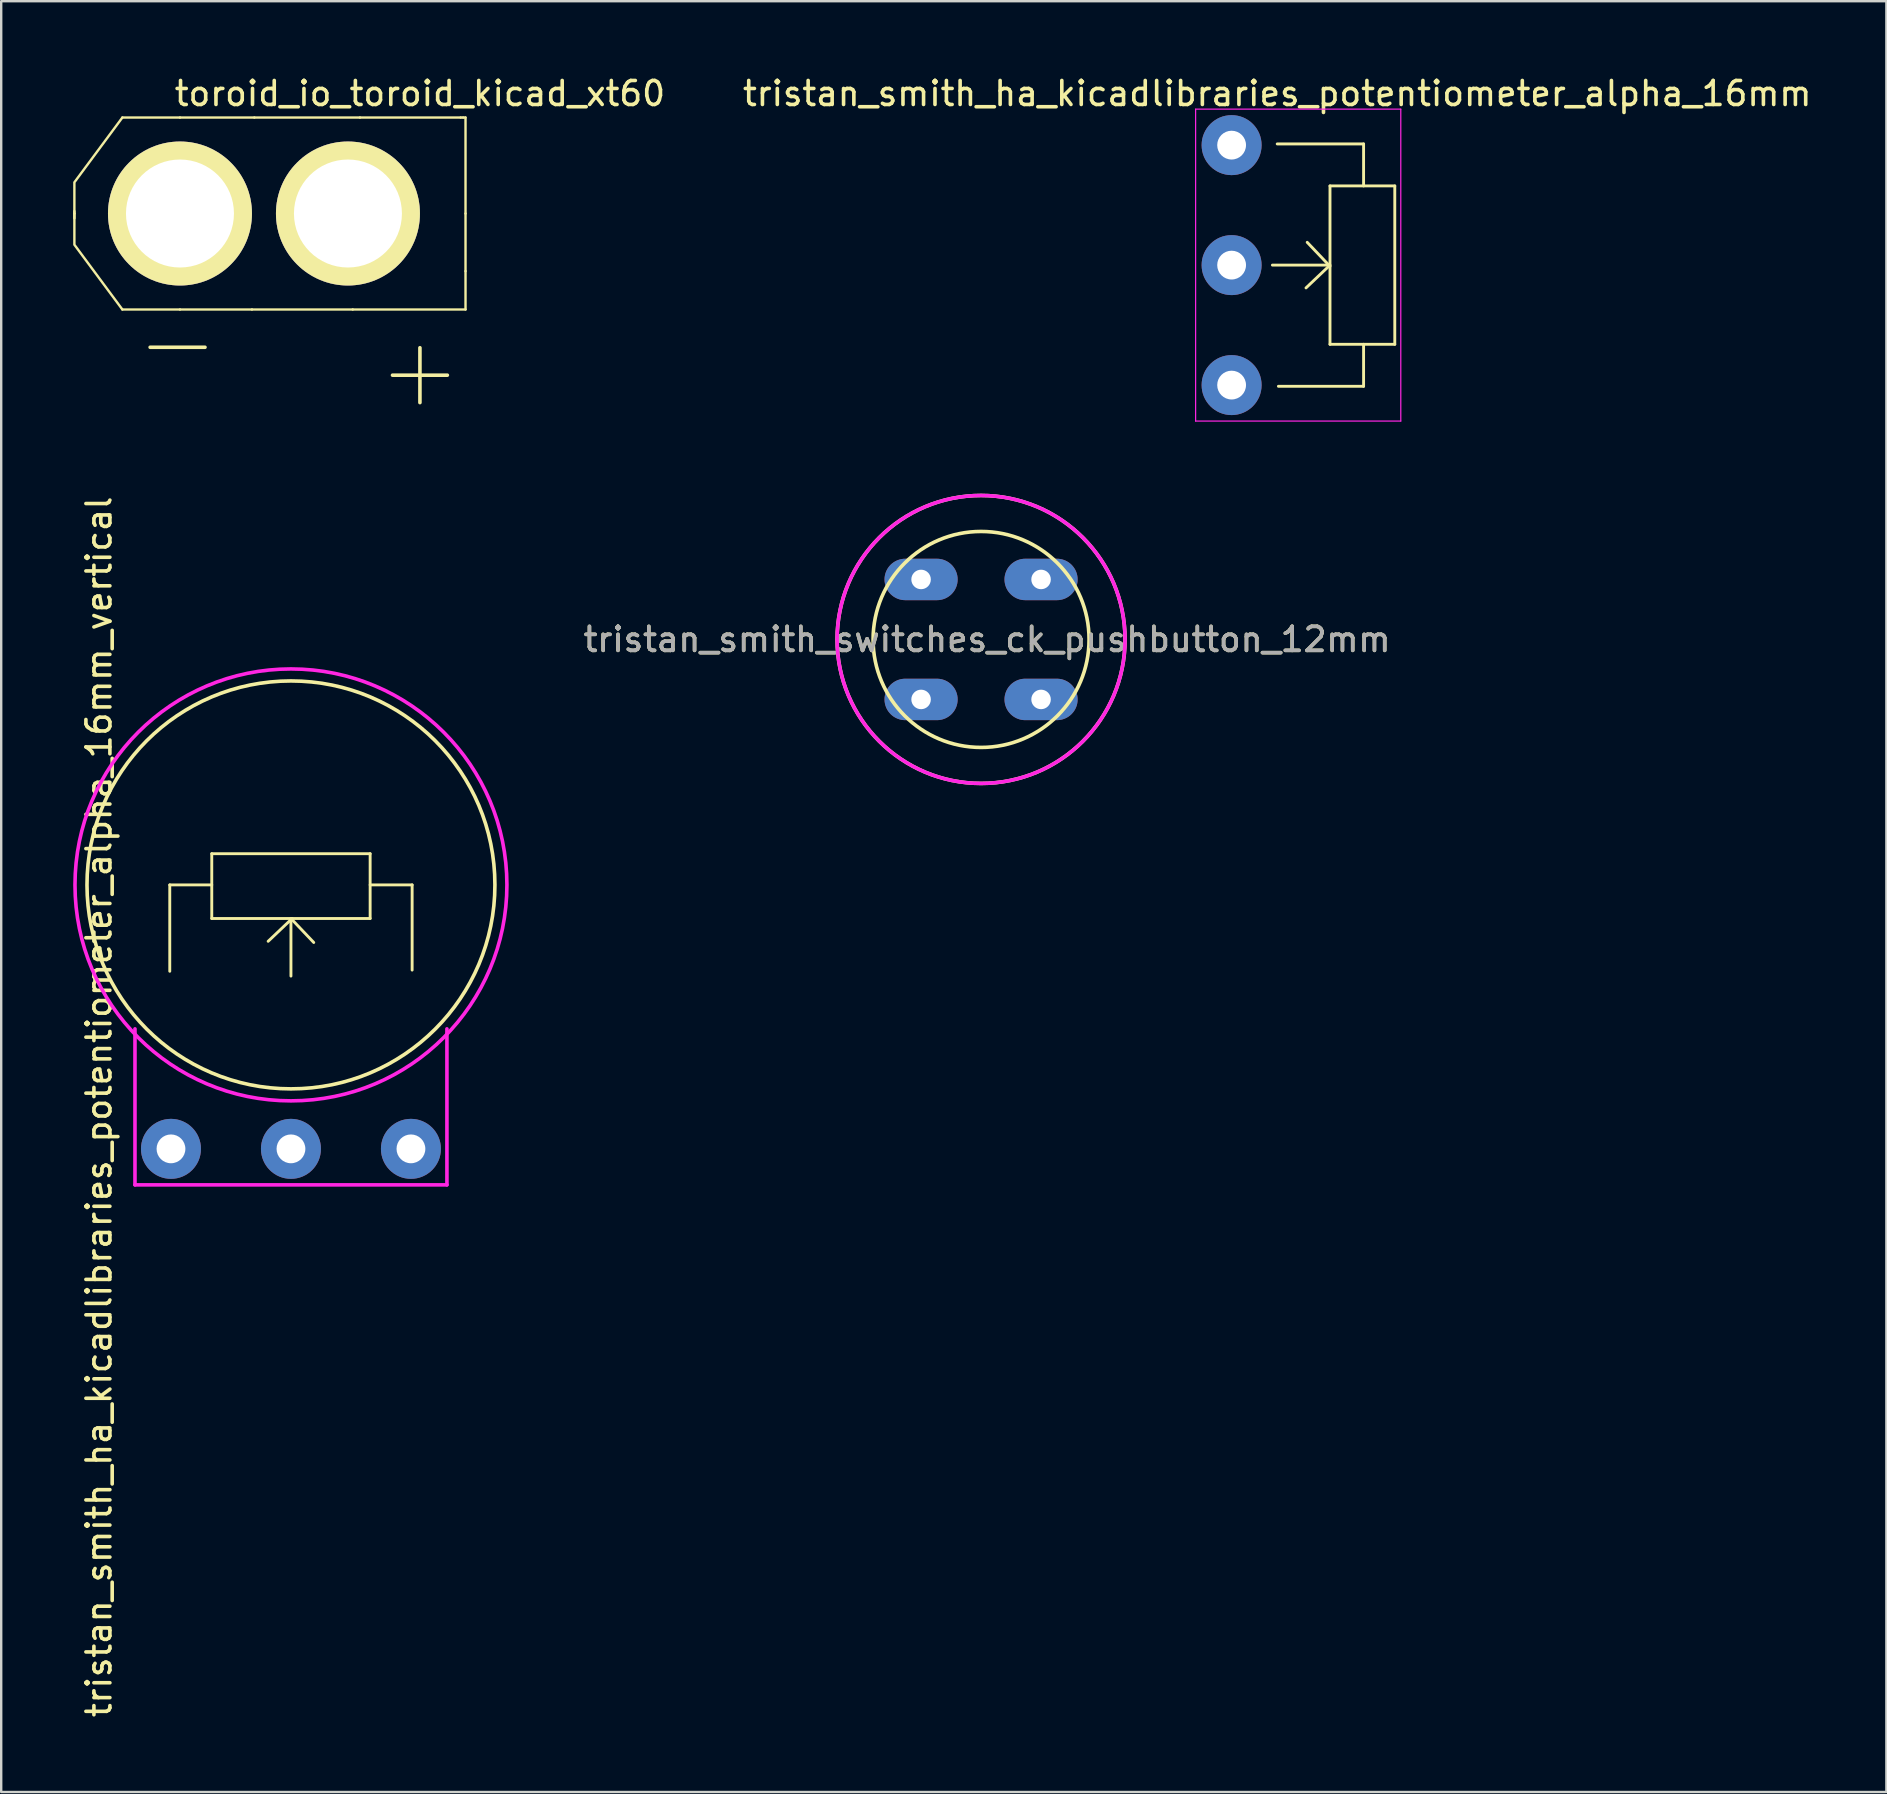
<source format=kicad_pcb>
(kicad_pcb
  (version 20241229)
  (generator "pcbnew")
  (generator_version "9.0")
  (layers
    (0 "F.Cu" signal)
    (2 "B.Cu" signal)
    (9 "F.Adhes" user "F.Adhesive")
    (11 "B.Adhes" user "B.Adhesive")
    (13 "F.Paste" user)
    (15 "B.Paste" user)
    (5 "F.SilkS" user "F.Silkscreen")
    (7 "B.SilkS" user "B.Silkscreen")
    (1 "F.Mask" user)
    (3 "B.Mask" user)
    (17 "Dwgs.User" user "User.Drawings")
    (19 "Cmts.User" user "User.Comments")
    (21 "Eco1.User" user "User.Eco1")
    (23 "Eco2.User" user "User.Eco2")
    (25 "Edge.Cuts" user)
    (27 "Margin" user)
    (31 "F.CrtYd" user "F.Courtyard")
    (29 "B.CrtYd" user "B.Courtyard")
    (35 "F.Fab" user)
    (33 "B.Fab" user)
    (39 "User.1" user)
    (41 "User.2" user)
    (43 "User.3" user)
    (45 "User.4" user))
  (footprint "tristan_smith_ha_kicadlibraries_potentiometer_alpha_16mm_vertical"
    (layer "F.Cu")
    (at 9.075 33.827)
    (property "Reference" "tristan_smith_ha_kicadlibraries_potentiometer_alpha_16mm_vertical" (at -8 9.25 90) (layer "F.SilkS") (effects (font (size 1 1) (thickness 0.15))))
    (attr through_hole)
    (fp_line (start -5.05 0) (end -5.05 3.6) (stroke (width 0.12) (type solid)) (layer "F.SilkS"))
    (fp_line (start -3.3 -1.3) (end 3.3 -1.3) (stroke (width 0.12) (type solid)) (layer "F.SilkS"))
    (fp_line (start -3.3 0) (end -5.05 0) (stroke (width 0.12) (type solid)) (layer "F.SilkS"))
    (fp_line (start -3.3 1.4) (end -3.3 -1.3) (stroke (width 0.12) (type solid)) (layer "F.SilkS"))
    (fp_line (start 0 1.4) (end 0.95 2.4) (stroke (width 0.12) (type solid)) (layer "F.SilkS"))
    (fp_line (start 0 1.45) (end 0 3.8) (stroke (width 0.12) (type solid)) (layer "F.SilkS"))
    (fp_line (start 0.05 1.4) (end -0.95 2.35) (stroke (width 0.12) (type solid)) (layer "F.SilkS"))
    (fp_line (start 3.3 -1.3) (end 3.3 1.4) (stroke (width 0.12) (type solid)) (layer "F.SilkS"))
    (fp_line (start 3.3 0) (end 5.05 0) (stroke (width 0.12) (type solid)) (layer "F.SilkS"))
    (fp_line (start 3.3 1.4) (end -3.3 1.4) (stroke (width 0.12) (type solid)) (layer "F.SilkS"))
    (fp_line (start 5.05 0) (end 5.05 3.55) (stroke (width 0.12) (type solid)) (layer "F.SilkS"))
    (fp_circle (center 0 0) (end -8.5 0) (stroke (width 0.15) (type solid)) (fill no) (layer "F.SilkS"))
    (fp_line (start -6.5 12.5) (end -6.5 6) (stroke (width 0.15) (type solid)) (layer "F.CrtYd"))
    (fp_line (start -6.5 12.5) (end 6.5 12.5) (stroke (width 0.05) (type solid)) (layer "F.CrtYd"))
    (fp_line (start -6.5 12.5) (end 6.5 12.5) (stroke (width 0.15) (type solid)) (layer "F.CrtYd"))
    (fp_line (start 6.5 12.5) (end 6.5 6) (stroke (width 0.15) (type solid)) (layer "F.CrtYd"))
    (fp_circle (center 0 0) (end -9 0) (stroke (width 0.15) (type solid)) (fill no) (layer "F.CrtYd"))
    (pad "1" thru_hole circle (at -5 11 90) (size 2.5 2.5) (drill 1.2) (layers "*.Cu" "*.Mask"))
    (pad "2" thru_hole circle (at 0 11 90) (size 2.5 2.5) (drill 1.2) (layers "*.Cu" "*.Mask"))
    (pad "3" thru_hole circle (at 5 11 90) (size 2.5 2.5) (drill 1.2) (layers "*.Cu" "*.Mask")))
  (footprint "tristan_smith_ha_kicadlibraries_potentiometer_alpha_16mm"
    (layer "F.Cu")
    (at 48.276 2.998)
    (property "Reference" "tristan_smith_ha_kicadlibraries_potentiometer_alpha_16mm" (at 1.9 -2.15 0) (layer "F.SilkS") (effects (font (size 1 1) (thickness 0.15))))
    (attr through_hole)
    (fp_line (start 4.05 5) (end 1.7 5) (stroke (width 0.12) (type solid)) (layer "F.SilkS"))
    (fp_line (start 4.1 1.7) (end 6.8 1.7) (stroke (width 0.12) (type solid)) (layer "F.SilkS"))
    (fp_line (start 4.1 5) (end 3.1 5.95) (stroke (width 0.12) (type solid)) (layer "F.SilkS"))
    (fp_line (start 4.1 5.05) (end 3.15 4.05) (stroke (width 0.12) (type solid)) (layer "F.SilkS"))
    (fp_line (start 4.1 8.3) (end 4.1 1.7) (stroke (width 0.12) (type solid)) (layer "F.SilkS"))
    (fp_line (start 5.5 -0.05) (end 1.9 -0.05) (stroke (width 0.12) (type solid)) (layer "F.SilkS"))
    (fp_line (start 5.5 1.7) (end 5.5 -0.05) (stroke (width 0.12) (type solid)) (layer "F.SilkS"))
    (fp_line (start 5.5 8.3) (end 5.5 10.05) (stroke (width 0.12) (type solid)) (layer "F.SilkS"))
    (fp_line (start 5.5 10.05) (end 1.95 10.05) (stroke (width 0.12) (type solid)) (layer "F.SilkS"))
    (fp_line (start 6.8 1.7) (end 6.8 8.3) (stroke (width 0.12) (type solid)) (layer "F.SilkS"))
    (fp_line (start 6.8 8.3) (end 4.1 8.3) (stroke (width 0.12) (type solid)) (layer "F.SilkS"))
    (fp_line (start -1.5 -1.5) (end -1.5 11.5) (stroke (width 0.05) (type solid)) (layer "F.CrtYd"))
    (fp_line (start -1.5 -1.5) (end 7.05 -1.5) (stroke (width 0.05) (type solid)) (layer "F.CrtYd"))
    (fp_line (start 7.05 11.5) (end -1.5 11.5) (stroke (width 0.05) (type solid)) (layer "F.CrtYd"))
    (fp_line (start 7.05 11.5) (end 7.05 -1.5) (stroke (width 0.05) (type solid)) (layer "F.CrtYd"))
    (pad "1" thru_hole circle (at 0 0) (size 2.5 2.5) (drill 1.2) (layers "*.Cu" "*.Mask"))
    (pad "2" thru_hole circle (at 0 5) (size 2.5 2.5) (drill 1.2) (layers "*.Cu" "*.Mask"))
    (pad "3" thru_hole circle (at 0 10) (size 2.5 2.5) (drill 1.2) (layers "*.Cu" "*.Mask")))
  (footprint "tristan_smith_switches_ck_pushbutton_12mm"
    (layer "F.Cu")
    (at 37.835 23.598)
    (property "Reference" "tristan_smith_switches_ck_pushbutton_12mm" (at 0.25 0 0) (layer "F.SilkS") (effects (font (size 1 1) (thickness 0.15))))
    (attr through_hole)
    (fp_circle (center 0 0) (end 0 -6) (stroke (width 0.15) (type solid)) (fill no) (layer "F.SilkS"))
    (fp_circle (center 0 0) (end 0 -4.5) (stroke (width 0.15) (type solid)) (fill no) (layer "F.SilkS"))
    (fp_circle (center 0 0) (end 0 -6) (stroke (width 0.15) (type solid)) (fill no) (layer "F.CrtYd"))
    (fp_text user "${REFERENCE}" (at 0.25 0 0) (layer "F.Fab") (effects (font (size 1 1) (thickness 0.15))))
    (pad "1" thru_hole oval (at -2.5 -2.5) (size 3.048 1.727) (drill 0.813) (layers "*.Cu" "*.Mask"))
    (pad "1" thru_hole oval (at 2.5 -2.5) (size 3.048 1.727) (drill 0.813) (layers "*.Cu" "*.Mask"))
    (pad "2" thru_hole oval (at -2.5 2.5) (size 3.048 1.727) (drill 0.813) (layers "*.Cu" "*.Mask"))
    (pad "2" thru_hole oval (at 2.5 2.5) (size 3.048 1.727) (drill 0.813) (layers "*.Cu" "*.Mask")))
  (footprint "toroid_io_toroid_kicad_xt60"
    (layer "F.Cu")
    (at 4.45 5.848)
    (property "Reference" "toroid_io_toroid_kicad_xt60" (at 10 -5 0) (layer "F.SilkS") (effects (font (size 1 1) (thickness 0.15))))
    (attr through_hole)
    (fp_line (start -4.4 -0.1) (end -4.4 0.2) (stroke (width 0.1) (type solid)) (layer "F.SilkS"))
    (fp_line (start -4.4 0) (end -4.4 -1.25) (stroke (width 0.1) (type solid)) (layer "F.SilkS"))
    (fp_line (start -4.4 0) (end -4.4 1.25) (stroke (width 0.1) (type solid)) (layer "F.SilkS"))
    (fp_line (start -2.4 -4) (end -4.4 -1.3) (stroke (width 0.1) (type solid)) (layer "F.SilkS"))
    (fp_line (start -2.4 4) (end -4.4 1.3) (stroke (width 0.1) (type solid)) (layer "F.SilkS"))
    (fp_line (start 0 -4) (end -2.4 -4) (stroke (width 0.1) (type solid)) (layer "F.SilkS"))
    (fp_line (start 0 4) (end -2.4 4) (stroke (width 0.1) (type solid)) (layer "F.SilkS"))
    (fp_line (start 3 4) (end 0 4) (stroke (width 0.1) (type solid)) (layer "F.SilkS"))
    (fp_line (start 3.1 -4) (end 0 -4) (stroke (width 0.1) (type solid)) (layer "F.SilkS"))
    (fp_line (start 7.2 4) (end 3 4) (stroke (width 0.1) (type solid)) (layer "F.SilkS"))
    (fp_line (start 7.2 4) (end 11.9 4) (stroke (width 0.1) (type solid)) (layer "F.SilkS"))
    (fp_line (start 7.5 -4) (end 3.1 -4) (stroke (width 0.1) (type solid)) (layer "F.SilkS"))
    (fp_line (start 7.5 -4) (end 11.7 -4) (stroke (width 0.1) (type solid)) (layer "F.SilkS"))
    (fp_line (start 11.7 -4) (end 11.8 -4) (stroke (width 0.1) (type solid)) (layer "F.SilkS"))
    (fp_line (start 11.8 -4) (end 11.9 -4) (stroke (width 0.1) (type solid)) (layer "F.SilkS"))
    (fp_line (start 11.9 -4) (end 11.9 0) (stroke (width 0.1) (type solid)) (layer "F.SilkS"))
    (fp_line (start 11.9 0) (end 11.9 2.4) (stroke (width 0.1) (type solid)) (layer "F.SilkS"))
    (fp_line (start 11.9 4) (end 11.9 2.4) (stroke (width 0.1) (type solid)) (layer "F.SilkS"))
    (fp_text user "-" (at -0.1 5.5 0) (layer "F.SilkS") (effects (font (size 1 3) (thickness 0.15))))
    (fp_text user "+" (at 10 6.5 0) (layer "F.SilkS") (effects (font (size 3 3) (thickness 0.15))))
    (pad "1" thru_hole circle (at 0 0) (size 6 6) (drill 4.5) (layers "*.Cu" "*.Mask" "F.SilkS"))
    (pad "2" thru_hole circle (at 7 0) (size 6 6) (drill 4.5) (layers "*.Cu" "*.Mask" "F.SilkS")))
  (gr_rect
    (start -3 -3)
    (end 75.563 71.63)
    (stroke (width 0.1) (type default))
    (fill no)
    (layer "Edge.Cuts")))
</source>
